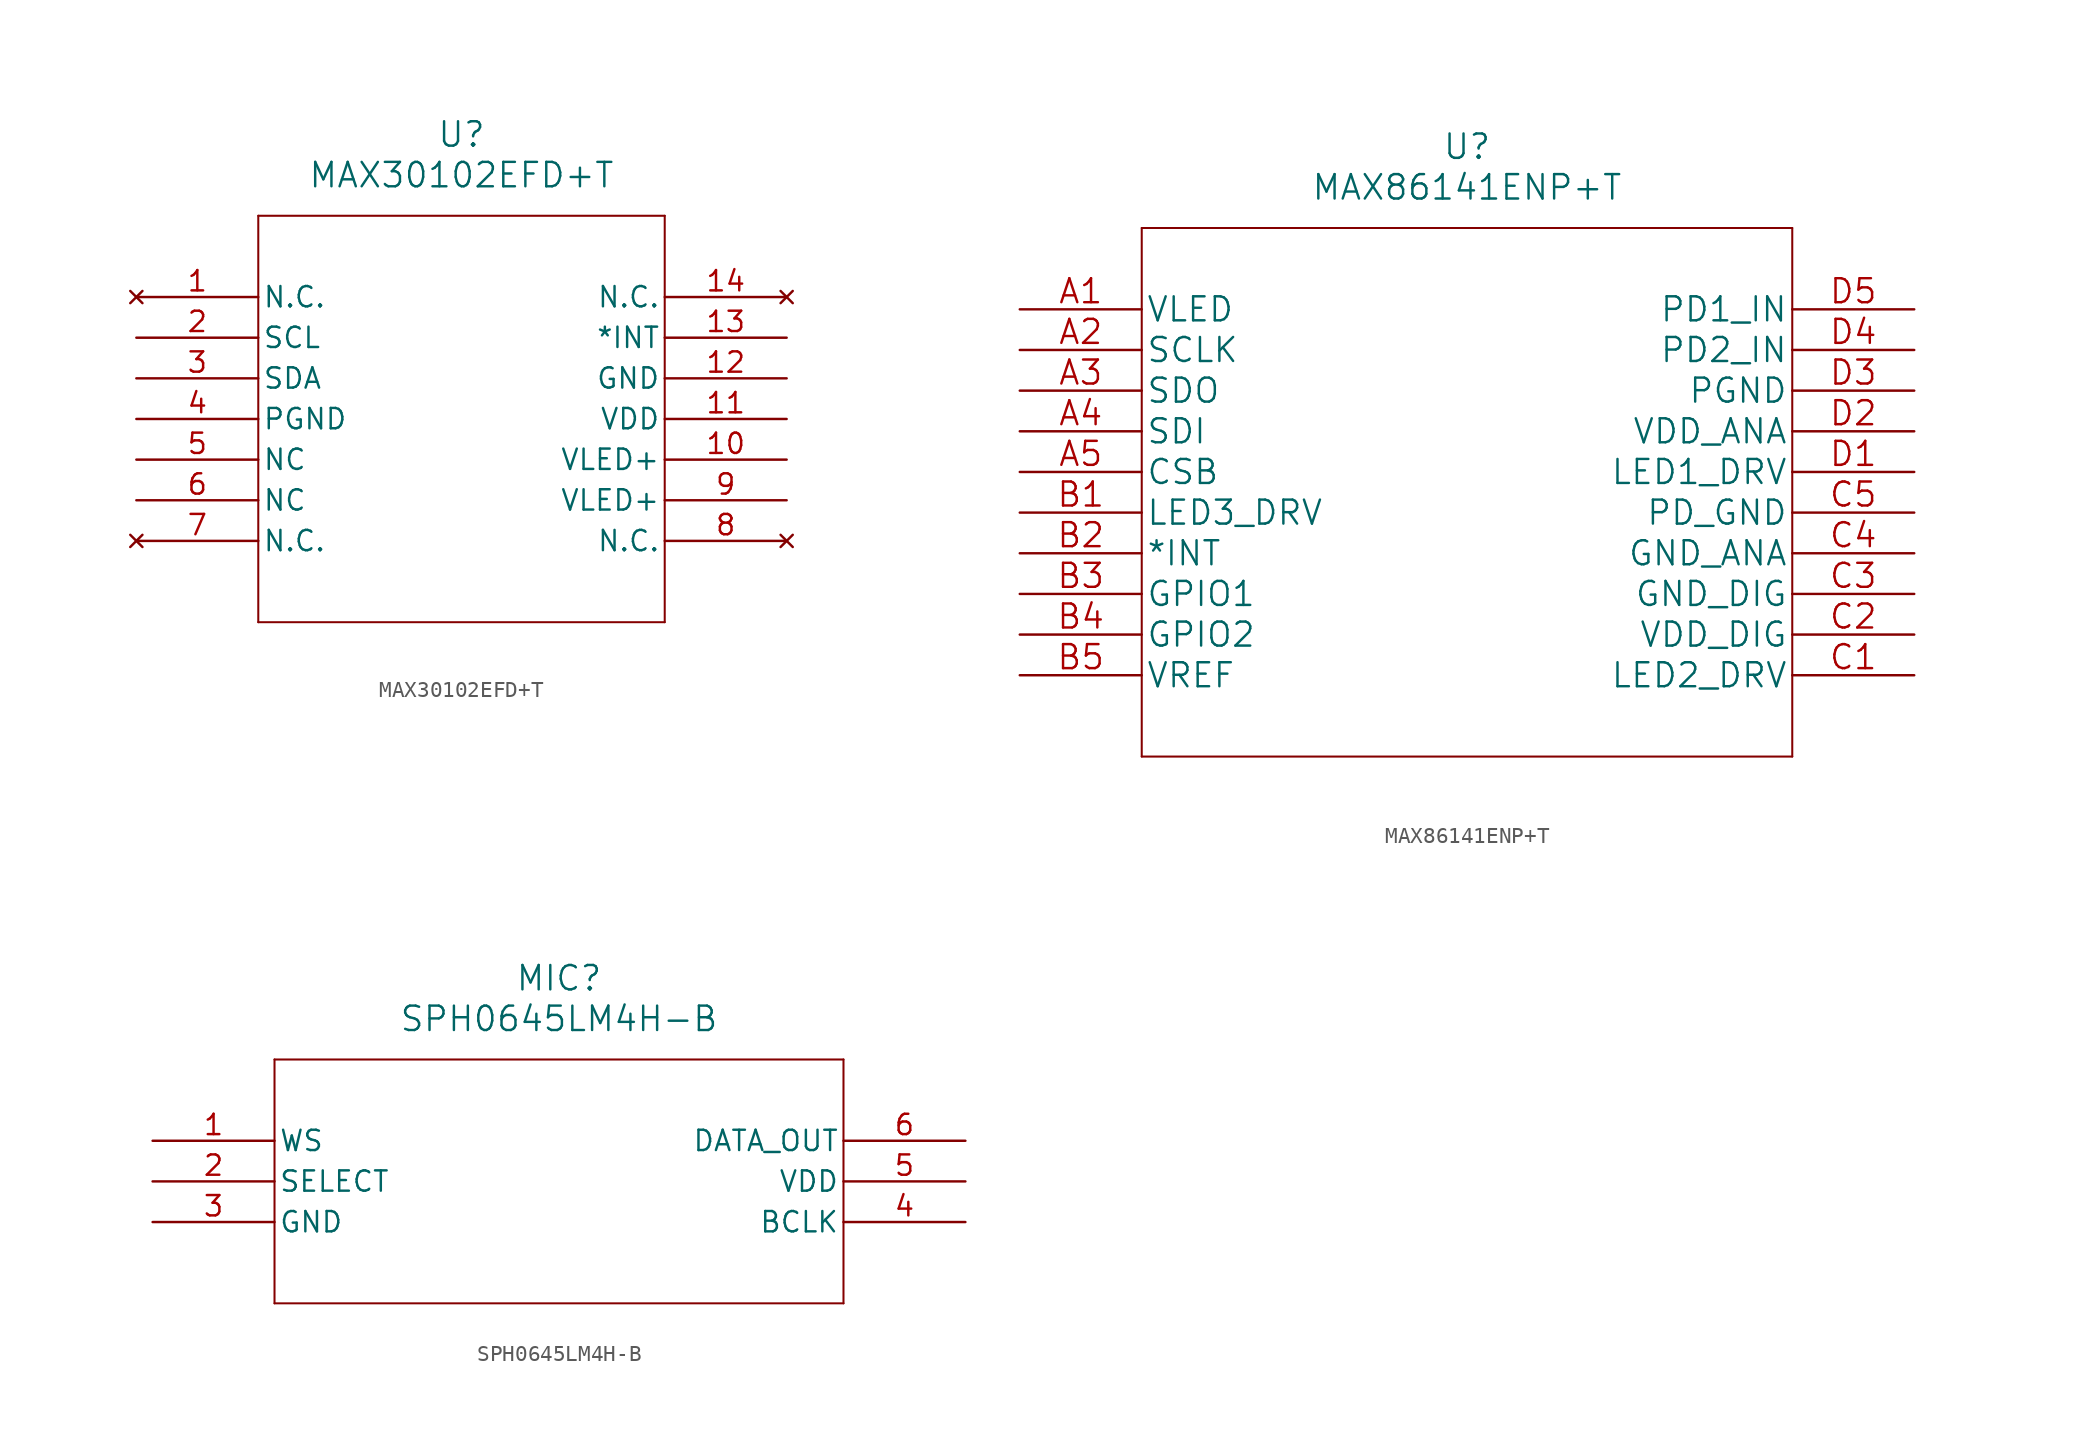
<source format=kicad_sym>
(kicad_symbol_lib
  (version 20211014)
  (generator kicad_symbol_editor)
  (symbol "MAX30102EFD+T"
    (pin_names
      (offset 0.254))
    (property "Reference" "U"
      (at 20.32 10.16 0)
      (effects (font (size 1.524 1.524))))
    (property "Value" "MAX30102EFD+T"
      (at 20.32 7.62 0)
      (effects (font (size 1.524 1.524))))
    (symbol "MAX30102EFD+T_0_1"
      (polyline (pts (xy 7.62 -20.32) (xy 33.02 -20.32)) (stroke (width 0.127) (type default) (color 0 0 0 0)) (fill (type none)))
      (polyline (pts (xy 7.62 5.08) (xy 7.62 -20.32)) (stroke (width 0.127) (type default) (color 0 0 0 0)) (fill (type none)))
      (polyline (pts (xy 33.02 -20.32) (xy 33.02 5.08)) (stroke (width 0.127) (type default) (color 0 0 0 0)) (fill (type none)))
      (polyline (pts (xy 33.02 5.08) (xy 7.62 5.08)) (stroke (width 0.127) (type default) (color 0 0 0 0)) (fill (type none)))
      (pin no_connect line (at 0 0 0) (length 7.62) (name "N.C." (effects (font (size 1.27 1.27)))) (number "1" (effects (font (size 1.27 1.27)))))
      (pin unspecified line (at 40.64 -10.16 180) (length 7.62) (name "VLED+" (effects (font (size 1.27 1.27)))) (number "10" (effects (font (size 1.27 1.27)))))
      (pin power_in line (at 40.64 -7.62 180) (length 7.62) (name "VDD" (effects (font (size 1.27 1.27)))) (number "11" (effects (font (size 1.27 1.27)))))
      (pin power_out line (at 40.64 -5.08 180) (length 7.62) (name "GND" (effects (font (size 1.27 1.27)))) (number "12" (effects (font (size 1.27 1.27)))))
      (pin unspecified line (at 40.64 -2.54 180) (length 7.62) (name "*INT" (effects (font (size 1.27 1.27)))) (number "13" (effects (font (size 1.27 1.27)))))
      (pin no_connect line (at 40.64 0 180) (length 7.62) (name "N.C." (effects (font (size 1.27 1.27)))) (number "14" (effects (font (size 1.27 1.27)))))
      (pin unspecified line (at 0 -2.54 0) (length 7.62) (name "SCL" (effects (font (size 1.27 1.27)))) (number "2" (effects (font (size 1.27 1.27)))))
      (pin unspecified line (at 0 -5.08 0) (length 7.62) (name "SDA" (effects (font (size 1.27 1.27)))) (number "3" (effects (font (size 1.27 1.27)))))
      (pin power_out line (at 0 -7.62 0) (length 7.62) (name "PGND" (effects (font (size 1.27 1.27)))) (number "4" (effects (font (size 1.27 1.27)))))
      (pin unspecified line (at 0 -10.16 0) (length 7.62) (name "NC" (effects (font (size 1.27 1.27)))) (number "5" (effects (font (size 1.27 1.27)))))
      (pin unspecified line (at 0 -12.7 0) (length 7.62) (name "NC" (effects (font (size 1.27 1.27)))) (number "6" (effects (font (size 1.27 1.27)))))
      (pin no_connect line (at 0 -15.24 0) (length 7.62) (name "N.C." (effects (font (size 1.27 1.27)))) (number "7" (effects (font (size 1.27 1.27)))))
      (pin no_connect line (at 40.64 -15.24 180) (length 7.62) (name "N.C." (effects (font (size 1.27 1.27)))) (number "8" (effects (font (size 1.27 1.27)))))
      (pin unspecified line (at 40.64 -12.7 180) (length 7.62) (name "VLED+" (effects (font (size 1.27 1.27)))) (number "9" (effects (font (size 1.27 1.27)))))))
  (symbol "MAX86141ENP+T"
    (pin_names
      (offset 0.254))
    (property "Reference" "U"
      (at 27.94 10.16 0)
      (effects (font (size 1.524 1.524))))
    (property "Value" "MAX86141ENP+T"
      (at 27.94 7.62 0)
      (effects (font (size 1.524 1.524))))
    (property "Datasheet" ""
      (at 0 0 0)
      (effects (font (size 1.524 1.524))))
    (symbol "MAX86141ENP+T_1_1"
      (polyline (pts (xy 7.62 -27.94) (xy 48.26 -27.94)) (stroke (width 0.127) (type default) (color 0 0 0 0)) (fill (type none)))
      (polyline (pts (xy 7.62 5.08) (xy 7.62 -27.94)) (stroke (width 0.127) (type default) (color 0 0 0 0)) (fill (type none)))
      (polyline (pts (xy 48.26 -27.94) (xy 48.26 5.08)) (stroke (width 0.127) (type default) (color 0 0 0 0)) (fill (type none)))
      (polyline (pts (xy 48.26 5.08) (xy 7.62 5.08)) (stroke (width 0.127) (type default) (color 0 0 0 0)) (fill (type none)))
      (pin unspecified line (at 0 0 0) (length 7.62) (name "VLED" (effects (font (size 1.499 1.499)))) (number "A1" (effects (font (size 1.499 1.499)))))
      (pin unspecified line (at 0 -2.54 0) (length 7.62) (name "SCLK" (effects (font (size 1.499 1.499)))) (number "A2" (effects (font (size 1.499 1.499)))))
      (pin unspecified line (at 0 -5.08 0) (length 7.62) (name "SDO" (effects (font (size 1.499 1.499)))) (number "A3" (effects (font (size 1.499 1.499)))))
      (pin unspecified line (at 0 -7.62 0) (length 7.62) (name "SDI" (effects (font (size 1.499 1.499)))) (number "A4" (effects (font (size 1.499 1.499)))))
      (pin unspecified line (at 0 -10.16 0) (length 7.62) (name "CSB" (effects (font (size 1.499 1.499)))) (number "A5" (effects (font (size 1.499 1.499)))))
      (pin bidirectional line (at 0 -12.7 0) (length 7.62) (name "LED3_DRV" (effects (font (size 1.499 1.499)))) (number "B1" (effects (font (size 1.499 1.499)))))
      (pin unspecified line (at 0 -15.24 0) (length 7.62) (name "*INT" (effects (font (size 1.499 1.499)))) (number "B2" (effects (font (size 1.499 1.499)))))
      (pin bidirectional line (at 0 -17.78 0) (length 7.62) (name "GPIO1" (effects (font (size 1.499 1.499)))) (number "B3" (effects (font (size 1.499 1.499)))))
      (pin bidirectional line (at 0 -20.32 0) (length 7.62) (name "GPIO2" (effects (font (size 1.499 1.499)))) (number "B4" (effects (font (size 1.499 1.499)))))
      (pin power_in line (at 0 -22.86 0) (length 7.62) (name "VREF" (effects (font (size 1.499 1.499)))) (number "B5" (effects (font (size 1.499 1.499)))))
      (pin bidirectional line (at 55.88 -22.86 180) (length 7.62) (name "LED2_DRV" (effects (font (size 1.499 1.499)))) (number "C1" (effects (font (size 1.499 1.499)))))
      (pin power_in line (at 55.88 -20.32 180) (length 7.62) (name "VDD_DIG" (effects (font (size 1.499 1.499)))) (number "C2" (effects (font (size 1.499 1.499)))))
      (pin power_in line (at 55.88 -17.78 180) (length 7.62) (name "GND_DIG" (effects (font (size 1.499 1.499)))) (number "C3" (effects (font (size 1.499 1.499)))))
      (pin power_in line (at 55.88 -15.24 180) (length 7.62) (name "GND_ANA" (effects (font (size 1.499 1.499)))) (number "C4" (effects (font (size 1.499 1.499)))))
      (pin power_in line (at 55.88 -12.7 180) (length 7.62) (name "PD_GND" (effects (font (size 1.499 1.499)))) (number "C5" (effects (font (size 1.499 1.499)))))
      (pin bidirectional line (at 55.88 -10.16 180) (length 7.62) (name "LED1_DRV" (effects (font (size 1.499 1.499)))) (number "D1" (effects (font (size 1.499 1.499)))))
      (pin power_in line (at 55.88 -7.62 180) (length 7.62) (name "VDD_ANA" (effects (font (size 1.499 1.499)))) (number "D2" (effects (font (size 1.499 1.499)))))
      (pin power_in line (at 55.88 -5.08 180) (length 7.62) (name "PGND" (effects (font (size 1.499 1.499)))) (number "D3" (effects (font (size 1.499 1.499)))))
      (pin bidirectional line (at 55.88 -2.54 180) (length 7.62) (name "PD2_IN" (effects (font (size 1.499 1.499)))) (number "D4" (effects (font (size 1.499 1.499)))))
      (pin bidirectional line (at 55.88 0 180) (length 7.62) (name "PD1_IN" (effects (font (size 1.499 1.499)))) (number "D5" (effects (font (size 1.499 1.499)))))))
  (symbol "SPH0645LM4H-B"
    (pin_names
      (offset 0.254))
    (property "Reference" "MIC"
      (at 25.4 10.16 0)
      (effects (font (size 1.524 1.524))))
    (property "Value" "SPH0645LM4H-B"
      (at 25.4 7.62 0)
      (effects (font (size 1.524 1.524))))
    (symbol "SPH0645LM4H-B_0_1"
      (polyline (pts (xy 7.62 -10.16) (xy 43.18 -10.16)) (stroke (width 0.127) (type default) (color 0 0 0 0)) (fill (type none)))
      (polyline (pts (xy 7.62 5.08) (xy 7.62 -10.16)) (stroke (width 0.127) (type default) (color 0 0 0 0)) (fill (type none)))
      (polyline (pts (xy 43.18 -10.16) (xy 43.18 5.08)) (stroke (width 0.127) (type default) (color 0 0 0 0)) (fill (type none)))
      (polyline (pts (xy 43.18 5.08) (xy 7.62 5.08)) (stroke (width 0.127) (type default) (color 0 0 0 0)) (fill (type none)))
      (pin input line (at 0 0 0) (length 7.62) (name "WS" (effects (font (size 1.27 1.27)))) (number "1" (effects (font (size 1.27 1.27)))))
      (pin input line (at 0 -2.54 0) (length 7.62) (name "SELECT" (effects (font (size 1.27 1.27)))) (number "2" (effects (font (size 1.27 1.27)))))
      (pin power_out line (at 0 -5.08 0) (length 7.62) (name "GND" (effects (font (size 1.27 1.27)))) (number "3" (effects (font (size 1.27 1.27)))))
      (pin input line (at 50.8 -5.08 180) (length 7.62) (name "BCLK" (effects (font (size 1.27 1.27)))) (number "4" (effects (font (size 1.27 1.27)))))
      (pin power_in line (at 50.8 -2.54 180) (length 7.62) (name "VDD" (effects (font (size 1.27 1.27)))) (number "5" (effects (font (size 1.27 1.27)))))
      (pin output line (at 50.8 0 180) (length 7.62) (name "DATA_OUT" (effects (font (size 1.27 1.27)))) (number "6" (effects (font (size 1.27 1.27))))))))
</source>
